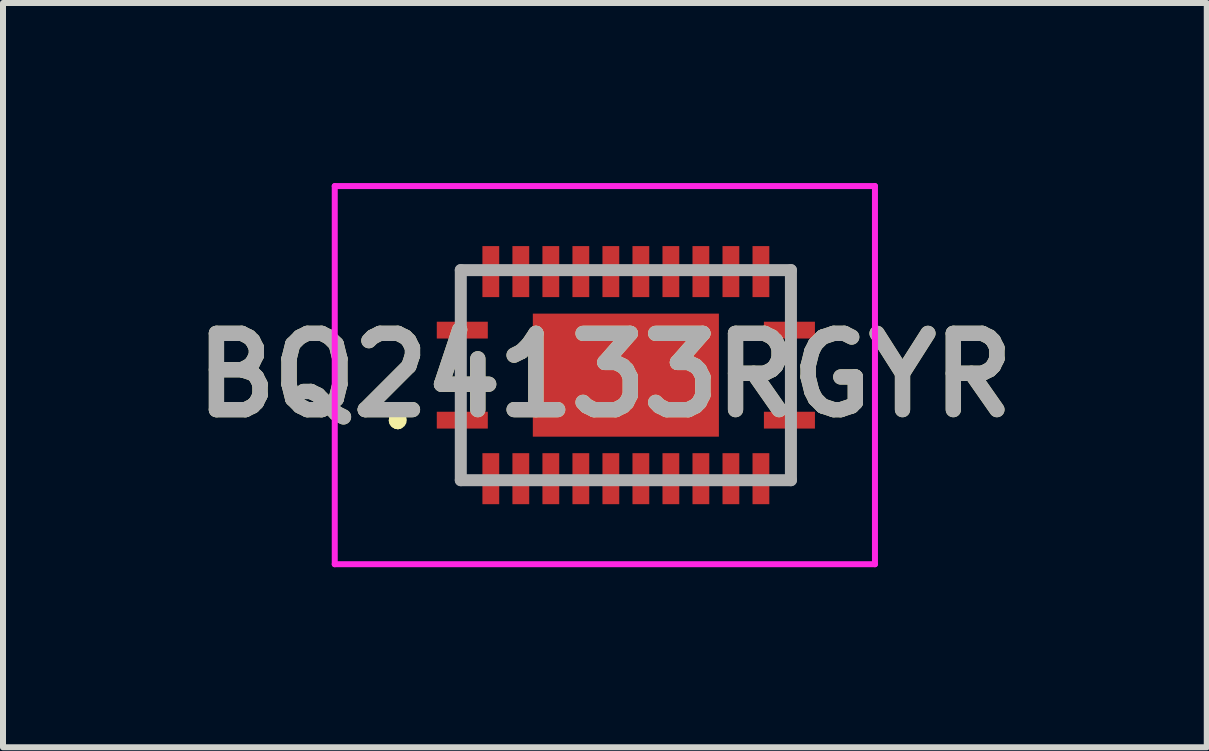
<source format=kicad_pcb>
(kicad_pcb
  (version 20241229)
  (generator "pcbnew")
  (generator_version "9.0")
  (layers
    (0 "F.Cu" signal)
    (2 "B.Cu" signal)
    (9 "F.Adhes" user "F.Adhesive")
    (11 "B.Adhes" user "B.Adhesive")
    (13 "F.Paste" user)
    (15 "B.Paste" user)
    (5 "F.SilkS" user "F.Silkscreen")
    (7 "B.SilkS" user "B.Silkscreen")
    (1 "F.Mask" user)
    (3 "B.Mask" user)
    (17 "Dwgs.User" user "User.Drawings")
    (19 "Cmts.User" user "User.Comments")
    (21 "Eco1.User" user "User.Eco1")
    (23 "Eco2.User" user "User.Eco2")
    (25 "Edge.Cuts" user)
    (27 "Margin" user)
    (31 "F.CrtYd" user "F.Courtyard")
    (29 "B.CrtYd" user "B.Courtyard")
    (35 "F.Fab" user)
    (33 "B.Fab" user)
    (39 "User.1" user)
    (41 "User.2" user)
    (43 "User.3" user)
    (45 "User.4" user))
  (footprint "BQ24133RGYR"
    (layer "F.Cu")
    (at 7.377 3.2)
    (property "Reference" "BQ24133RGYR" (at -0.35 0 0) (layer "F.SilkS") (effects (font (size 1.27 1.27) (thickness 0.254))))
    (attr smd)
    (fp_line (start -3.8 0.7) (end -3.8 0.7) (stroke (width 0.2) (type solid)) (layer "F.SilkS"))
    (fp_line (start -3.8 0.7) (end -3.8 0.7) (stroke (width 0.2) (type solid)) (layer "F.SilkS"))
    (fp_line (start -3.8 0.8) (end -3.8 0.8) (stroke (width 0.2) (type solid)) (layer "F.SilkS"))
    (fp_line (start -2.75 -1.75) (end -2.75 -1.75) (stroke (width 0.1) (type solid)) (layer "F.SilkS"))
    (fp_line (start -2.75 -1.75) (end -2.75 -1.25) (stroke (width 0.1) (type solid)) (layer "F.SilkS"))
    (fp_line (start -2.75 -1.25) (end -2.75 -1.75) (stroke (width 0.1) (type solid)) (layer "F.SilkS"))
    (fp_line (start -2.75 -1.25) (end -2.75 -1.25) (stroke (width 0.1) (type solid)) (layer "F.SilkS"))
    (fp_line (start -2.75 -0.25) (end -2.75 -0.25) (stroke (width 0.1) (type solid)) (layer "F.SilkS"))
    (fp_line (start -2.75 -0.25) (end -2.75 0.25) (stroke (width 0.1) (type solid)) (layer "F.SilkS"))
    (fp_line (start -2.75 0.25) (end -2.75 -0.25) (stroke (width 0.1) (type solid)) (layer "F.SilkS"))
    (fp_line (start -2.75 0.25) (end -2.75 0.25) (stroke (width 0.1) (type solid)) (layer "F.SilkS"))
    (fp_line (start -2.75 1.25) (end -2.75 1.25) (stroke (width 0.1) (type solid)) (layer "F.SilkS"))
    (fp_line (start -2.75 1.25) (end -2.75 1.75) (stroke (width 0.1) (type solid)) (layer "F.SilkS"))
    (fp_line (start -2.75 1.75) (end -2.75 1.25) (stroke (width 0.1) (type solid)) (layer "F.SilkS"))
    (fp_line (start -2.75 1.75) (end -2.75 1.75) (stroke (width 0.1) (type solid)) (layer "F.SilkS"))
    (fp_line (start 2.75 -1.75) (end 2.75 -1.75) (stroke (width 0.1) (type solid)) (layer "F.SilkS"))
    (fp_line (start 2.75 -1.75) (end 2.75 -1.25) (stroke (width 0.1) (type solid)) (layer "F.SilkS"))
    (fp_line (start 2.75 -1.25) (end 2.75 -1.75) (stroke (width 0.1) (type solid)) (layer "F.SilkS"))
    (fp_line (start 2.75 -1.25) (end 2.75 -1.25) (stroke (width 0.1) (type solid)) (layer "F.SilkS"))
    (fp_line (start 2.75 -0.25) (end 2.75 -0.25) (stroke (width 0.1) (type solid)) (layer "F.SilkS"))
    (fp_line (start 2.75 -0.25) (end 2.75 0.25) (stroke (width 0.1) (type solid)) (layer "F.SilkS"))
    (fp_line (start 2.75 0.25) (end 2.75 -0.25) (stroke (width 0.1) (type solid)) (layer "F.SilkS"))
    (fp_line (start 2.75 0.25) (end 2.75 0.25) (stroke (width 0.1) (type solid)) (layer "F.SilkS"))
    (fp_line (start 2.75 1.25) (end 2.75 1.25) (stroke (width 0.1) (type solid)) (layer "F.SilkS"))
    (fp_line (start 2.75 1.25) (end 2.75 1.75) (stroke (width 0.1) (type solid)) (layer "F.SilkS"))
    (fp_line (start 2.75 1.75) (end 2.75 1.25) (stroke (width 0.1) (type solid)) (layer "F.SilkS"))
    (fp_line (start 2.75 1.75) (end 2.75 1.75) (stroke (width 0.1) (type solid)) (layer "F.SilkS"))
    (fp_arc (start -3.8 0.7) (mid -3.75 0.75) (end -3.8 0.8) (stroke (width 0.2) (type solid)) (layer "F.SilkS"))
    (fp_arc (start -3.8 0.8) (mid -3.85 0.75) (end -3.8 0.7) (stroke (width 0.2) (type solid)) (layer "F.SilkS"))
    (fp_arc (start -3.8 0.8) (mid -3.85 0.75) (end -3.8 0.7) (stroke (width 0.2) (type solid)) (layer "F.SilkS"))
    (fp_line (start -4.85 -3.15) (end 4.15 -3.15) (stroke (width 0.1) (type solid)) (layer "F.CrtYd"))
    (fp_line (start -4.85 3.15) (end -4.85 -3.15) (stroke (width 0.1) (type solid)) (layer "F.CrtYd"))
    (fp_line (start 4.15 -3.15) (end 4.15 3.15) (stroke (width 0.1) (type solid)) (layer "F.CrtYd"))
    (fp_line (start 4.15 3.15) (end -4.85 3.15) (stroke (width 0.1) (type solid)) (layer "F.CrtYd"))
    (fp_line (start -2.75 -1.75) (end -2.75 1.75) (stroke (width 0.2) (type solid)) (layer "F.Fab"))
    (fp_line (start -2.75 1.75) (end 2.75 1.75) (stroke (width 0.2) (type solid)) (layer "F.Fab"))
    (fp_line (start 2.75 -1.75) (end -2.75 -1.75) (stroke (width 0.2) (type solid)) (layer "F.Fab"))
    (fp_line (start 2.75 1.75) (end 2.75 -1.75) (stroke (width 0.2) (type solid)) (layer "F.Fab"))
    (fp_text user "${REFERENCE}" (at -0.35 0 0) (layer "F.Fab") (effects (font (size 1.27 1.27) (thickness 0.254))))
    (pad "1" smd rect (at -2.725 0.75 90) (size 0.28 0.85) (layers "F.Cu" "F.Mask" "F.Paste"))
    (pad "2" smd rect (at -2.25 1.725) (size 0.28 0.85) (layers "F.Cu" "F.Mask" "F.Paste"))
    (pad "3" smd rect (at -1.75 1.725) (size 0.28 0.85) (layers "F.Cu" "F.Mask" "F.Paste"))
    (pad "4" smd rect (at -1.25 1.725) (size 0.28 0.85) (layers "F.Cu" "F.Mask" "F.Paste"))
    (pad "5" smd rect (at -0.75 1.725) (size 0.28 0.85) (layers "F.Cu" "F.Mask" "F.Paste"))
    (pad "6" smd rect (at -0.25 1.725) (size 0.28 0.85) (layers "F.Cu" "F.Mask" "F.Paste"))
    (pad "7" smd rect (at 0.25 1.725) (size 0.28 0.85) (layers "F.Cu" "F.Mask" "F.Paste"))
    (pad "8" smd rect (at 0.75 1.725) (size 0.28 0.85) (layers "F.Cu" "F.Mask" "F.Paste"))
    (pad "9" smd rect (at 1.25 1.725) (size 0.28 0.85) (layers "F.Cu" "F.Mask" "F.Paste"))
    (pad "10" smd rect (at 1.75 1.725) (size 0.28 0.85) (layers "F.Cu" "F.Mask" "F.Paste"))
    (pad "11" smd rect (at 2.25 1.725) (size 0.28 0.85) (layers "F.Cu" "F.Mask" "F.Paste"))
    (pad "12" smd rect (at 2.725 0.75 90) (size 0.28 0.85) (layers "F.Cu" "F.Mask" "F.Paste"))
    (pad "13" smd rect (at 2.725 -0.75 90) (size 0.28 0.85) (layers "F.Cu" "F.Mask" "F.Paste"))
    (pad "14" smd rect (at 2.25 -1.725) (size 0.28 0.85) (layers "F.Cu" "F.Mask" "F.Paste"))
    (pad "15" smd rect (at 1.75 -1.725) (size 0.28 0.85) (layers "F.Cu" "F.Mask" "F.Paste"))
    (pad "16" smd rect (at 1.25 -1.725) (size 0.28 0.85) (layers "F.Cu" "F.Mask" "F.Paste"))
    (pad "17" smd rect (at 0.75 -1.725) (size 0.28 0.85) (layers "F.Cu" "F.Mask" "F.Paste"))
    (pad "18" smd rect (at 0.25 -1.725) (size 0.28 0.85) (layers "F.Cu" "F.Mask" "F.Paste"))
    (pad "19" smd rect (at -0.25 -1.725) (size 0.28 0.85) (layers "F.Cu" "F.Mask" "F.Paste"))
    (pad "20" smd rect (at -0.75 -1.725) (size 0.28 0.85) (layers "F.Cu" "F.Mask" "F.Paste"))
    (pad "21" smd rect (at -1.25 -1.725) (size 0.28 0.85) (layers "F.Cu" "F.Mask" "F.Paste"))
    (pad "22" smd rect (at -1.75 -1.725) (size 0.28 0.85) (layers "F.Cu" "F.Mask" "F.Paste"))
    (pad "23" smd rect (at -2.25 -1.725) (size 0.28 0.85) (layers "F.Cu" "F.Mask" "F.Paste"))
    (pad "24" smd rect (at -2.725 -0.75 90) (size 0.28 0.85) (layers "F.Cu" "F.Mask" "F.Paste"))
    (pad "25" smd rect (at 0 0 90) (size 2.05 3.1) (layers "F.Cu" "F.Mask" "F.Paste")))
  (gr_rect
    (start -3 -3)
    (end 17.055 9.4)
    (stroke (width 0.1) (type default))
    (fill no)
    (layer "Edge.Cuts")))
</source>
